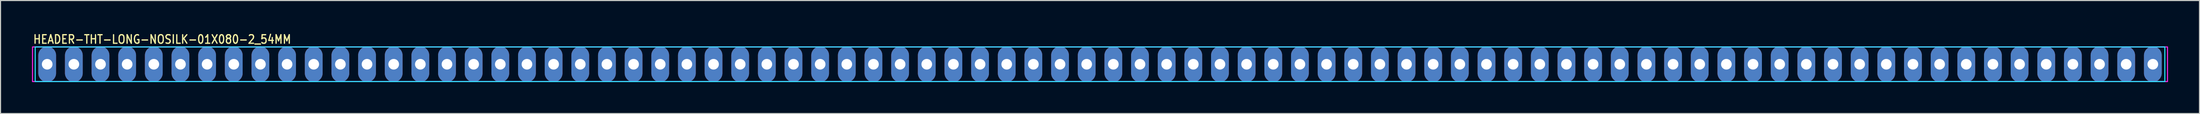
<source format=kicad_pcb>
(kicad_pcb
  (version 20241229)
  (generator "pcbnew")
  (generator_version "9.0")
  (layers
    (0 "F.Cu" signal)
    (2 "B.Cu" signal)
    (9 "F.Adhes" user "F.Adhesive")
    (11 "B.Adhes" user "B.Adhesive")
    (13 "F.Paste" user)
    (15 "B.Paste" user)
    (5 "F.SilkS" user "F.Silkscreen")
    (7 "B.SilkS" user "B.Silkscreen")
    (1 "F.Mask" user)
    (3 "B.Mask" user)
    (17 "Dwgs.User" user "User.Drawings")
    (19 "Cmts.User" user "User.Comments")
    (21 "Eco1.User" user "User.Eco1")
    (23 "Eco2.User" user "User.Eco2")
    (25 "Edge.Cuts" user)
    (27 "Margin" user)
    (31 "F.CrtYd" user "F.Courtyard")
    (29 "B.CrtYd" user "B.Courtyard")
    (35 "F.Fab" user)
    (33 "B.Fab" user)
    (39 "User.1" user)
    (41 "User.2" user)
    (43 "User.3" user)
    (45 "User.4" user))
  (footprint "HEADER-THT-LONG-NOSILK-01X080-2_54MM"
    (layer "F.Cu")
    (at 1.447 3.079)
    (property "Reference" "HEADER-THT-LONG-NOSILK-01X080-2_54MM" (at -1.4 -1.9 0) (unlocked yes) (layer "F.SilkS") (effects (font (size 0.813 0.695) (thickness 0.122)) (justify left bottom)))
    (fp_poly (pts (xy -1.143 -1.651) (xy 201.803 -1.651) (xy 201.803 1.651) (xy -1.143 1.651)) (stroke (width 0.1) (type solid)) (fill no) (layer "B.CrtYd"))
    (fp_poly (pts (xy -1.397 -1.651) (xy 202.057 -1.651) (xy 202.057 1.651) (xy -1.397 1.651)) (stroke (width 0.1) (type solid)) (fill no) (layer "F.CrtYd"))
    (pad "P$1" thru_hole oval (at 0 0 90) (size 3.387 1.693) (drill 1.016) (layers "*.Cu" "*.Mask"))
    (pad "P$2" thru_hole oval (at 2.54 0 90) (size 3.387 1.693) (drill 1.016) (layers "*.Cu" "*.Mask"))
    (pad "P$3" thru_hole oval (at 5.08 0 90) (size 3.387 1.693) (drill 1.016) (layers "*.Cu" "*.Mask"))
    (pad "P$4" thru_hole oval (at 7.62 0 90) (size 3.387 1.693) (drill 1.016) (layers "*.Cu" "*.Mask"))
    (pad "P$5" thru_hole oval (at 10.16 0 90) (size 3.387 1.693) (drill 1.016) (layers "*.Cu" "*.Mask"))
    (pad "P$6" thru_hole oval (at 12.7 0 90) (size 3.387 1.693) (drill 1.016) (layers "*.Cu" "*.Mask"))
    (pad "P$7" thru_hole oval (at 15.24 0 90) (size 3.387 1.693) (drill 1.016) (layers "*.Cu" "*.Mask"))
    (pad "P$8" thru_hole oval (at 17.78 0 90) (size 3.387 1.693) (drill 1.016) (layers "*.Cu" "*.Mask"))
    (pad "P$9" thru_hole oval (at 20.32 0 90) (size 3.387 1.693) (drill 1.016) (layers "*.Cu" "*.Mask"))
    (pad "P$10" thru_hole oval (at 22.86 0 90) (size 3.387 1.693) (drill 1.016) (layers "*.Cu" "*.Mask"))
    (pad "P$11" thru_hole oval (at 25.4 0 90) (size 3.387 1.693) (drill 1.016) (layers "*.Cu" "*.Mask"))
    (pad "P$12" thru_hole oval (at 27.94 0 90) (size 3.387 1.693) (drill 1.016) (layers "*.Cu" "*.Mask"))
    (pad "P$13" thru_hole oval (at 30.48 0 90) (size 3.387 1.693) (drill 1.016) (layers "*.Cu" "*.Mask"))
    (pad "P$14" thru_hole oval (at 33.02 0 90) (size 3.387 1.693) (drill 1.016) (layers "*.Cu" "*.Mask"))
    (pad "P$15" thru_hole oval (at 35.56 0 90) (size 3.387 1.693) (drill 1.016) (layers "*.Cu" "*.Mask"))
    (pad "P$16" thru_hole oval (at 38.1 0 90) (size 3.387 1.693) (drill 1.016) (layers "*.Cu" "*.Mask"))
    (pad "P$17" thru_hole oval (at 40.64 0 90) (size 3.387 1.693) (drill 1.016) (layers "*.Cu" "*.Mask"))
    (pad "P$18" thru_hole oval (at 43.18 0 90) (size 3.387 1.693) (drill 1.016) (layers "*.Cu" "*.Mask"))
    (pad "P$19" thru_hole oval (at 45.72 0 90) (size 3.387 1.693) (drill 1.016) (layers "*.Cu" "*.Mask"))
    (pad "P$20" thru_hole oval (at 48.26 0 90) (size 3.387 1.693) (drill 1.016) (layers "*.Cu" "*.Mask"))
    (pad "P$21" thru_hole oval (at 50.8 0 90) (size 3.387 1.693) (drill 1.016) (layers "*.Cu" "*.Mask"))
    (pad "P$22" thru_hole oval (at 53.34 0 90) (size 3.387 1.693) (drill 1.016) (layers "*.Cu" "*.Mask"))
    (pad "P$23" thru_hole oval (at 55.88 0 90) (size 3.387 1.693) (drill 1.016) (layers "*.Cu" "*.Mask"))
    (pad "P$24" thru_hole oval (at 58.42 0 90) (size 3.387 1.693) (drill 1.016) (layers "*.Cu" "*.Mask"))
    (pad "P$25" thru_hole oval (at 60.96 0 90) (size 3.387 1.693) (drill 1.016) (layers "*.Cu" "*.Mask"))
    (pad "P$26" thru_hole oval (at 63.5 0 90) (size 3.387 1.693) (drill 1.016) (layers "*.Cu" "*.Mask"))
    (pad "P$27" thru_hole oval (at 66.04 0 90) (size 3.387 1.693) (drill 1.016) (layers "*.Cu" "*.Mask"))
    (pad "P$28" thru_hole oval (at 68.58 0 90) (size 3.387 1.693) (drill 1.016) (layers "*.Cu" "*.Mask"))
    (pad "P$29" thru_hole oval (at 71.12 0 90) (size 3.387 1.693) (drill 1.016) (layers "*.Cu" "*.Mask"))
    (pad "P$30" thru_hole oval (at 73.66 0 90) (size 3.387 1.693) (drill 1.016) (layers "*.Cu" "*.Mask"))
    (pad "P$31" thru_hole oval (at 76.2 0 90) (size 3.387 1.693) (drill 1.016) (layers "*.Cu" "*.Mask"))
    (pad "P$32" thru_hole oval (at 78.74 0 90) (size 3.387 1.693) (drill 1.016) (layers "*.Cu" "*.Mask"))
    (pad "P$33" thru_hole oval (at 81.28 0 90) (size 3.387 1.693) (drill 1.016) (layers "*.Cu" "*.Mask"))
    (pad "P$34" thru_hole oval (at 83.82 0 90) (size 3.387 1.693) (drill 1.016) (layers "*.Cu" "*.Mask"))
    (pad "P$35" thru_hole oval (at 86.36 0 90) (size 3.387 1.693) (drill 1.016) (layers "*.Cu" "*.Mask"))
    (pad "P$36" thru_hole oval (at 88.9 0 90) (size 3.387 1.693) (drill 1.016) (layers "*.Cu" "*.Mask"))
    (pad "P$37" thru_hole oval (at 91.44 0 90) (size 3.387 1.693) (drill 1.016) (layers "*.Cu" "*.Mask"))
    (pad "P$38" thru_hole oval (at 93.98 0 90) (size 3.387 1.693) (drill 1.016) (layers "*.Cu" "*.Mask"))
    (pad "P$39" thru_hole oval (at 96.52 0 90) (size 3.387 1.693) (drill 1.016) (layers "*.Cu" "*.Mask"))
    (pad "P$40" thru_hole oval (at 99.06 0 90) (size 3.387 1.693) (drill 1.016) (layers "*.Cu" "*.Mask"))
    (pad "P$41" thru_hole oval (at 101.6 0 90) (size 3.387 1.693) (drill 1.016) (layers "*.Cu" "*.Mask"))
    (pad "P$42" thru_hole oval (at 104.14 0 90) (size 3.387 1.693) (drill 1.016) (layers "*.Cu" "*.Mask"))
    (pad "P$43" thru_hole oval (at 106.68 0 90) (size 3.387 1.693) (drill 1.016) (layers "*.Cu" "*.Mask"))
    (pad "P$44" thru_hole oval (at 109.22 0 90) (size 3.387 1.693) (drill 1.016) (layers "*.Cu" "*.Mask"))
    (pad "P$45" thru_hole oval (at 111.76 0 90) (size 3.387 1.693) (drill 1.016) (layers "*.Cu" "*.Mask"))
    (pad "P$46" thru_hole oval (at 114.3 0 90) (size 3.387 1.693) (drill 1.016) (layers "*.Cu" "*.Mask"))
    (pad "P$47" thru_hole oval (at 116.84 0 90) (size 3.387 1.693) (drill 1.016) (layers "*.Cu" "*.Mask"))
    (pad "P$48" thru_hole oval (at 119.38 0 90) (size 3.387 1.693) (drill 1.016) (layers "*.Cu" "*.Mask"))
    (pad "P$49" thru_hole oval (at 121.92 0 90) (size 3.387 1.693) (drill 1.016) (layers "*.Cu" "*.Mask"))
    (pad "P$50" thru_hole oval (at 124.46 0 90) (size 3.387 1.693) (drill 1.016) (layers "*.Cu" "*.Mask"))
    (pad "P$51" thru_hole oval (at 127 0 90) (size 3.387 1.693) (drill 1.016) (layers "*.Cu" "*.Mask"))
    (pad "P$52" thru_hole oval (at 129.54 0 90) (size 3.387 1.693) (drill 1.016) (layers "*.Cu" "*.Mask"))
    (pad "P$53" thru_hole oval (at 132.08 0 90) (size 3.387 1.693) (drill 1.016) (layers "*.Cu" "*.Mask"))
    (pad "P$54" thru_hole oval (at 134.62 0 90) (size 3.387 1.693) (drill 1.016) (layers "*.Cu" "*.Mask"))
    (pad "P$55" thru_hole oval (at 137.16 0 90) (size 3.387 1.693) (drill 1.016) (layers "*.Cu" "*.Mask"))
    (pad "P$56" thru_hole oval (at 139.7 0 90) (size 3.387 1.693) (drill 1.016) (layers "*.Cu" "*.Mask"))
    (pad "P$57" thru_hole oval (at 142.24 0 90) (size 3.387 1.693) (drill 1.016) (layers "*.Cu" "*.Mask"))
    (pad "P$58" thru_hole oval (at 144.78 0 90) (size 3.387 1.693) (drill 1.016) (layers "*.Cu" "*.Mask"))
    (pad "P$59" thru_hole oval (at 147.32 0 90) (size 3.387 1.693) (drill 1.016) (layers "*.Cu" "*.Mask"))
    (pad "P$60" thru_hole oval (at 149.86 0 90) (size 3.387 1.693) (drill 1.016) (layers "*.Cu" "*.Mask"))
    (pad "P$61" thru_hole oval (at 152.4 0 90) (size 3.387 1.693) (drill 1.016) (layers "*.Cu" "*.Mask"))
    (pad "P$62" thru_hole oval (at 154.94 0 90) (size 3.387 1.693) (drill 1.016) (layers "*.Cu" "*.Mask"))
    (pad "P$63" thru_hole oval (at 157.48 0 90) (size 3.387 1.693) (drill 1.016) (layers "*.Cu" "*.Mask"))
    (pad "P$64" thru_hole oval (at 160.02 0 90) (size 3.387 1.693) (drill 1.016) (layers "*.Cu" "*.Mask"))
    (pad "P$65" thru_hole oval (at 162.56 0 90) (size 3.387 1.693) (drill 1.016) (layers "*.Cu" "*.Mask"))
    (pad "P$66" thru_hole oval (at 165.1 0 90) (size 3.387 1.693) (drill 1.016) (layers "*.Cu" "*.Mask"))
    (pad "P$67" thru_hole oval (at 167.64 0 90) (size 3.387 1.693) (drill 1.016) (layers "*.Cu" "*.Mask"))
    (pad "P$68" thru_hole oval (at 170.18 0 90) (size 3.387 1.693) (drill 1.016) (layers "*.Cu" "*.Mask"))
    (pad "P$69" thru_hole oval (at 172.72 0 90) (size 3.387 1.693) (drill 1.016) (layers "*.Cu" "*.Mask"))
    (pad "P$70" thru_hole oval (at 175.26 0 90) (size 3.387 1.693) (drill 1.016) (layers "*.Cu" "*.Mask"))
    (pad "P$71" thru_hole oval (at 177.8 0 90) (size 3.387 1.693) (drill 1.016) (layers "*.Cu" "*.Mask"))
    (pad "P$72" thru_hole oval (at 180.34 0 90) (size 3.387 1.693) (drill 1.016) (layers "*.Cu" "*.Mask"))
    (pad "P$73" thru_hole oval (at 182.88 0 90) (size 3.387 1.693) (drill 1.016) (layers "*.Cu" "*.Mask"))
    (pad "P$74" thru_hole oval (at 185.42 0 90) (size 3.387 1.693) (drill 1.016) (layers "*.Cu" "*.Mask"))
    (pad "P$75" thru_hole oval (at 187.96 0 90) (size 3.387 1.693) (drill 1.016) (layers "*.Cu" "*.Mask"))
    (pad "P$76" thru_hole oval (at 190.5 0 90) (size 3.387 1.693) (drill 1.016) (layers "*.Cu" "*.Mask"))
    (pad "P$77" thru_hole oval (at 193.04 0 90) (size 3.387 1.693) (drill 1.016) (layers "*.Cu" "*.Mask"))
    (pad "P$78" thru_hole oval (at 195.58 0 90) (size 3.387 1.693) (drill 1.016) (layers "*.Cu" "*.Mask"))
    (pad "P$79" thru_hole oval (at 198.12 0 90) (size 3.387 1.693) (drill 1.016) (layers "*.Cu" "*.Mask"))
    (pad "P$80" thru_hole oval (at 200.66 0 90) (size 3.387 1.693) (drill 1.016) (layers "*.Cu" "*.Mask")))
  (gr_rect
    (start -3 -3)
    (end 206.554 7.78)
    (stroke (width 0.1) (type default))
    (fill no)
    (layer "Edge.Cuts")))
</source>
